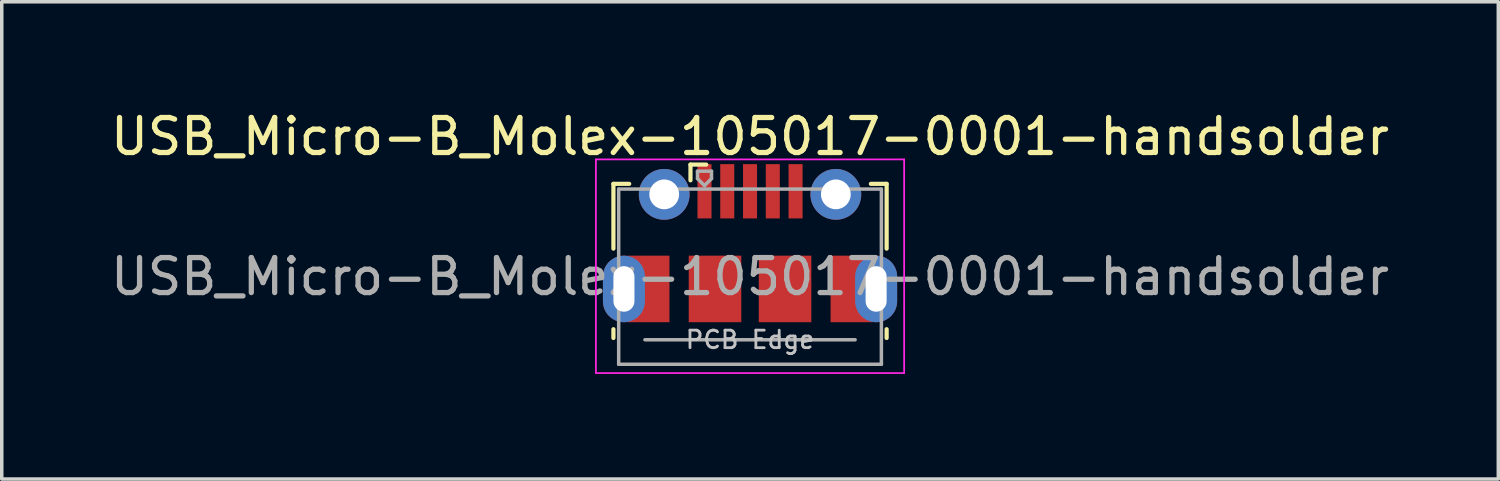
<source format=kicad_pcb>
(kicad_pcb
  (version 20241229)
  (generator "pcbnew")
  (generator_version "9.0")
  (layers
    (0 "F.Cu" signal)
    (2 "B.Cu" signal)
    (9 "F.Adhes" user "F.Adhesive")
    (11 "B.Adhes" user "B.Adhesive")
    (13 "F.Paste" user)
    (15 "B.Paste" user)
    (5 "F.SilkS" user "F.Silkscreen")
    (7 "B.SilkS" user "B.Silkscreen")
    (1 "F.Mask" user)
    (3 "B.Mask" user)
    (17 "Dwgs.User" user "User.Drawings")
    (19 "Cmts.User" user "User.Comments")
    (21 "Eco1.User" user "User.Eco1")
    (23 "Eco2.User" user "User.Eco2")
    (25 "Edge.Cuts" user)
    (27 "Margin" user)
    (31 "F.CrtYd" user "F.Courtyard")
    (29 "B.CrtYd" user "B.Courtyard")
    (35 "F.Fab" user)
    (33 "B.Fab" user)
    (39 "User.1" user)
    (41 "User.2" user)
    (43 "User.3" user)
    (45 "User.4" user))
  (footprint "USB_Micro-B_Molex-105017-0001-handsolder"
    (layer "F.Cu")
    (at 18.363 3.961)
    (property "Reference" "USB_Micro-B_Molex-105017-0001-handsolder" (at 0 -3.112 0) (layer "F.SilkS") (effects (font (size 1 1) (thickness 0.15))))
    (attr smd)
    (fp_line (start -3.9 -1.762) (end -3.45 -1.762) (stroke (width 0.12) (type solid)) (layer "F.SilkS"))
    (fp_line (start -3.9 0.087) (end -3.9 -1.762) (stroke (width 0.12) (type solid)) (layer "F.SilkS"))
    (fp_line (start -3.9 2.638) (end -3.9 2.388) (stroke (width 0.12) (type solid)) (layer "F.SilkS"))
    (fp_line (start -1.7 -2.312) (end -1.7 -1.863) (stroke (width 0.12) (type solid)) (layer "F.SilkS"))
    (fp_line (start -1.7 -2.312) (end -1.25 -2.312) (stroke (width 0.12) (type solid)) (layer "F.SilkS"))
    (fp_line (start 3.9 -1.762) (end 3.45 -1.762) (stroke (width 0.12) (type solid)) (layer "F.SilkS"))
    (fp_line (start 3.9 0.087) (end 3.9 -1.762) (stroke (width 0.12) (type solid)) (layer "F.SilkS"))
    (fp_line (start 3.9 2.638) (end 3.9 2.388) (stroke (width 0.12) (type solid)) (layer "F.SilkS"))
    (fp_line (start -4.4 -2.46) (end 4.4 -2.46) (stroke (width 0.05) (type solid)) (layer "F.CrtYd"))
    (fp_line (start -4.4 3.64) (end -4.4 -2.46) (stroke (width 0.05) (type solid)) (layer "F.CrtYd"))
    (fp_line (start -4.4 3.64) (end 4.4 3.64) (stroke (width 0.05) (type solid)) (layer "F.CrtYd"))
    (fp_line (start 4.4 -2.46) (end 4.4 3.64) (stroke (width 0.05) (type solid)) (layer "F.CrtYd"))
    (fp_line (start -3.75 -1.613) (end 3.75 -1.613) (stroke (width 0.1) (type solid)) (layer "F.Fab"))
    (fp_line (start -3.75 3.388) (end -3.75 -1.613) (stroke (width 0.1) (type solid)) (layer "F.Fab"))
    (fp_line (start -3.75 3.389) (end 3.75 3.389) (stroke (width 0.1) (type solid)) (layer "F.Fab"))
    (fp_line (start -3 2.689) (end 3 2.689) (stroke (width 0.1) (type solid)) (layer "F.Fab"))
    (fp_line (start -1.5 -2.123) (end -1.5 -1.913) (stroke (width 0.1) (type solid)) (layer "F.Fab"))
    (fp_line (start -1.5 -2.123) (end -1.1 -2.123) (stroke (width 0.1) (type solid)) (layer "F.Fab"))
    (fp_line (start -1.3 -1.712) (end -1.5 -1.913) (stroke (width 0.1) (type solid)) (layer "F.Fab"))
    (fp_line (start -1.1 -2.123) (end -1.1 -1.913) (stroke (width 0.1) (type solid)) (layer "F.Fab"))
    (fp_line (start -1.1 -1.913) (end -1.3 -1.712) (stroke (width 0.1) (type solid)) (layer "F.Fab"))
    (fp_line (start 3.75 3.388) (end 3.75 -1.613) (stroke (width 0.1) (type solid)) (layer "F.Fab"))
    (fp_text user "PCB Edge" (at 0 2.688 0) (layer "Dwgs.User") (effects (font (size 0.5 0.5) (thickness 0.08))))
    (fp_text user "${REFERENCE}" (at 0 0.887 0) (layer "F.Fab") (effects (font (size 1 1) (thickness 0.15))))
    (pad "1" smd rect (at -1.3 -1.55) (size 0.4 1.55) (layers "F.Cu" "F.Mask" "F.Paste"))
    (pad "2" smd rect (at -0.65 -1.55) (size 0.4 1.55) (layers "F.Cu" "F.Mask" "F.Paste"))
    (pad "3" smd rect (at 0 -1.55) (size 0.4 1.55) (layers "F.Cu" "F.Mask" "F.Paste"))
    (pad "4" smd rect (at 0.65 -1.55) (size 0.4 1.55) (layers "F.Cu" "F.Mask" "F.Paste"))
    (pad "5" smd rect (at 1.3 -1.55) (size 0.4 1.55) (layers "F.Cu" "F.Mask" "F.Paste"))
    (pad "6" thru_hole oval (at -3.6 1.238 180) (size 1.2 1.9) (drill oval 0.6 1.3) (layers "*.Cu" "*.Mask"))
    (pad "6" smd rect (at -2.9 1.238) (size 1.2 1.9) (layers "F.Cu" "F.Mask"))
    (pad "6" thru_hole circle (at -2.45 -1.462) (size 1.45 1.45) (drill 0.85) (layers "*.Cu" "*.Mask"))
    (pad "6" smd rect (at -1 1.238) (size 1.5 1.9) (layers "F.Cu" "F.Mask" "F.Paste"))
    (pad "6" smd rect (at 1 1.238) (size 1.5 1.9) (layers "F.Cu" "F.Mask" "F.Paste"))
    (pad "6" thru_hole circle (at 2.45 -1.462) (size 1.45 1.45) (drill 0.85) (layers "*.Cu" "*.Mask"))
    (pad "6" smd rect (at 2.9 1.238) (size 1.2 1.9) (layers "F.Cu" "F.Mask"))
    (pad "6" thru_hole oval (at 3.6 1.238) (size 1.2 1.9) (drill oval 0.6 1.3) (layers "*.Cu" "*.Mask")))
  (gr_rect
    (start -3 -3)
    (end 39.726 10.626)
    (stroke (width 0.1) (type default))
    (fill no)
    (layer "Edge.Cuts")))
</source>
